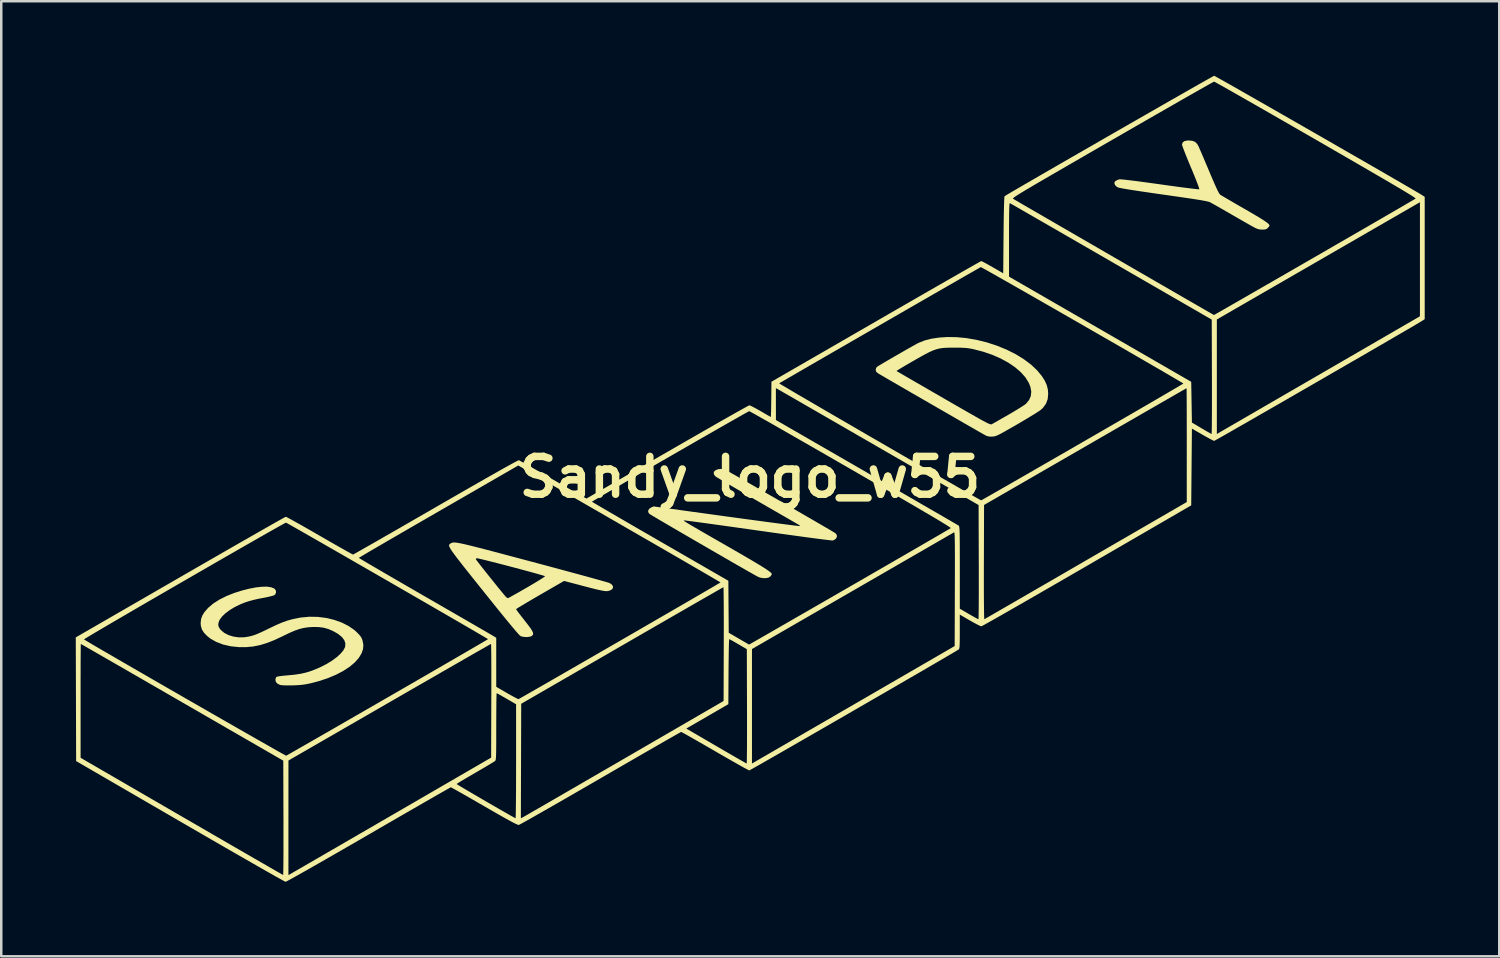
<source format=kicad_pcb>
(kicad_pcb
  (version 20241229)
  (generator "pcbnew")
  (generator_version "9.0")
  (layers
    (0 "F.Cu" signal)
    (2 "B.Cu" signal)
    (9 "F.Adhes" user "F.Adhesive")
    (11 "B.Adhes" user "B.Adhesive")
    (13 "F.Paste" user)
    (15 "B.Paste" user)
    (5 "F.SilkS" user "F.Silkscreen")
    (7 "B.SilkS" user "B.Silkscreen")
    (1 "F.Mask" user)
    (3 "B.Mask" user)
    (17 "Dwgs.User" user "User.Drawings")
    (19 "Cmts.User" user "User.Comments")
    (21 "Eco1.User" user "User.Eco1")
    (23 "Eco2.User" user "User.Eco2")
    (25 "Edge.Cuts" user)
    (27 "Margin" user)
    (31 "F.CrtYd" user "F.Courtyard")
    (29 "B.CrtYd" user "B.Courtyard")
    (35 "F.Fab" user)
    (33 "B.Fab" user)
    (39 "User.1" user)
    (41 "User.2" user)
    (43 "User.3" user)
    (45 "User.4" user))
  (footprint "Sandy_logo_w55"
    (layer "F.Cu")
    (at 27.134 16.154)
    (property "Reference" "Sandy_logo_w55" (at 0 0 0) (layer "F.SilkS") (effects (font (size 1.524 1.524) (thickness 0.3))))
    (attr board_only exclude_from_pos_files exclude_from_bom)
    (fp_poly (pts (xy 17.81 -13.536) (xy 17.92 -13.492) (xy 18.002 -13.411) (xy 18.058 -13.314) (xy 18.084 -13.253) (xy 18.129 -13.15) (xy 18.19 -13.01) (xy 18.262 -12.84) (xy 18.343 -12.648) (xy 18.431 -12.441) (xy 18.494 -12.292) (xy 18.601 -12.038) (xy 18.69 -11.832) (xy 18.763 -11.669) (xy 18.821 -11.545) (xy 18.867 -11.456) (xy 18.903 -11.399) (xy 18.929 -11.368) (xy 18.932 -11.367) (xy 18.971 -11.342) (xy 19.052 -11.293) (xy 19.17 -11.224) (xy 19.318 -11.138) (xy 19.49 -11.037) (xy 19.682 -10.926) (xy 19.886 -10.809) (xy 19.896 -10.803) (xy 20.152 -10.655) (xy 20.364 -10.53) (xy 20.535 -10.428) (xy 20.669 -10.344) (xy 20.77 -10.276) (xy 20.841 -10.222) (xy 20.886 -10.18) (xy 20.909 -10.146) (xy 20.914 -10.124) (xy 20.897 -10.088) (xy 20.853 -10.036) (xy 20.847 -10.029) (xy 20.797 -9.989) (xy 20.737 -9.969) (xy 20.647 -9.962) (xy 20.62 -9.962) (xy 20.524 -9.968) (xy 20.439 -9.987) (xy 20.344 -10.028) (xy 20.268 -10.068) (xy 20.194 -10.109) (xy 20.08 -10.173) (xy 19.936 -10.255) (xy 19.767 -10.352) (xy 19.584 -10.457) (xy 19.393 -10.567) (xy 19.36 -10.586) (xy 19.173 -10.694) (xy 18.997 -10.795) (xy 18.838 -10.886) (xy 18.703 -10.962) (xy 18.599 -11.02) (xy 18.534 -11.056) (xy 18.525 -11.061) (xy 18.491 -11.075) (xy 18.44 -11.09) (xy 18.368 -11.106) (xy 18.271 -11.125) (xy 18.146 -11.148) (xy 17.989 -11.173) (xy 17.796 -11.203) (xy 17.562 -11.238) (xy 17.285 -11.278) (xy 16.961 -11.325) (xy 16.654 -11.368) (xy 16.242 -11.427) (xy 15.881 -11.48) (xy 15.571 -11.526) (xy 15.312 -11.566) (xy 15.105 -11.6) (xy 14.951 -11.628) (xy 14.85 -11.649) (xy 14.805 -11.663) (xy 14.723 -11.723) (xy 14.682 -11.788) (xy 14.669 -11.851) (xy 14.693 -11.895) (xy 14.718 -11.918) (xy 14.792 -11.96) (xy 14.874 -11.986) (xy 14.922 -11.986) (xy 15.021 -11.978) (xy 15.168 -11.962) (xy 15.361 -11.939) (xy 15.596 -11.91) (xy 15.869 -11.873) (xy 16.179 -11.831) (xy 16.516 -11.784) (xy 16.802 -11.744) (xy 17.071 -11.707) (xy 17.32 -11.673) (xy 17.542 -11.644) (xy 17.733 -11.621) (xy 17.888 -11.602) (xy 18.003 -11.59) (xy 18.071 -11.585) (xy 18.09 -11.586) (xy 18.085 -11.615) (xy 18.061 -11.689) (xy 18.019 -11.802) (xy 17.963 -11.947) (xy 17.894 -12.119) (xy 17.816 -12.311) (xy 17.752 -12.462) (xy 17.666 -12.668) (xy 17.588 -12.859) (xy 17.519 -13.031) (xy 17.463 -13.176) (xy 17.421 -13.287) (xy 17.397 -13.359) (xy 17.392 -13.382) (xy 17.416 -13.466) (xy 17.485 -13.522) (xy 17.599 -13.548) (xy 17.663 -13.55)) (stroke (width 0) (type solid)) (fill yes) (layer "F.SilkS"))
    (fp_poly (pts (xy -19.268 4.434) (xy -19.148 4.484) (xy -19.119 4.506) (xy -19.076 4.576) (xy -19.076 4.658) (xy -19.115 4.73) (xy -19.137 4.748) (xy -19.188 4.769) (xy -19.282 4.796) (xy -19.404 4.825) (xy -19.542 4.853) (xy -19.559 4.856) (xy -19.791 4.9) (xy -19.982 4.943) (xy -20.147 4.987) (xy -20.3 5.037) (xy -20.454 5.097) (xy -20.504 5.118) (xy -20.73 5.227) (xy -20.934 5.349) (xy -21.108 5.479) (xy -21.246 5.611) (xy -21.342 5.741) (xy -21.384 5.839) (xy -21.4 5.936) (xy -21.386 6.017) (xy -21.337 6.101) (xy -21.291 6.157) (xy -21.159 6.269) (xy -20.989 6.357) (xy -20.791 6.419) (xy -20.577 6.45) (xy -20.36 6.447) (xy -20.295 6.439) (xy -20.177 6.419) (xy -20.067 6.394) (xy -19.955 6.36) (xy -19.833 6.314) (xy -19.69 6.252) (xy -19.517 6.171) (xy -19.309 6.069) (xy -19.045 5.944) (xy -18.812 5.845) (xy -18.594 5.769) (xy -18.379 5.711) (xy -18.151 5.665) (xy -18.066 5.651) (xy -17.731 5.62) (xy -17.391 5.626) (xy -17.055 5.669) (xy -16.732 5.746) (xy -16.429 5.854) (xy -16.156 5.992) (xy -15.919 6.156) (xy -15.825 6.242) (xy -15.729 6.34) (xy -15.666 6.417) (xy -15.624 6.49) (xy -15.593 6.574) (xy -15.589 6.588) (xy -15.558 6.759) (xy -15.571 6.92) (xy -15.628 7.085) (xy -15.741 7.276) (xy -15.905 7.46) (xy -16.115 7.637) (xy -16.369 7.802) (xy -16.661 7.955) (xy -16.988 8.092) (xy -17.346 8.211) (xy -17.684 8.299) (xy -17.849 8.334) (xy -18 8.357) (xy -18.158 8.372) (xy -18.343 8.381) (xy -18.424 8.383) (xy -18.61 8.385) (xy -18.76 8.381) (xy -18.867 8.373) (xy -18.919 8.362) (xy -19.025 8.308) (xy -19.082 8.24) (xy -19.098 8.156) (xy -19.081 8.072) (xy -19.046 8.037) (xy -19 8.025) (xy -18.911 8.011) (xy -18.791 7.996) (xy -18.652 7.983) (xy -18.62 7.981) (xy -18.33 7.953) (xy -18.079 7.915) (xy -17.851 7.863) (xy -17.63 7.792) (xy -17.399 7.699) (xy -17.259 7.635) (xy -17.023 7.513) (xy -16.809 7.38) (xy -16.623 7.242) (xy -16.473 7.104) (xy -16.362 6.971) (xy -16.298 6.847) (xy -16.292 6.829) (xy -16.283 6.693) (xy -16.327 6.561) (xy -16.426 6.433) (xy -16.577 6.311) (xy -16.761 6.205) (xy -16.96 6.117) (xy -17.155 6.062) (xy -17.364 6.035) (xy -17.604 6.033) (xy -17.626 6.034) (xy -17.803 6.047) (xy -17.969 6.073) (xy -18.135 6.115) (xy -18.312 6.176) (xy -18.511 6.261) (xy -18.742 6.371) (xy -18.795 6.398) (xy -19.13 6.555) (xy -19.435 6.676) (xy -19.722 6.763) (xy -20 6.818) (xy -20.279 6.844) (xy -20.569 6.843) (xy -20.57 6.843) (xy -20.9 6.809) (xy -21.205 6.738) (xy -21.48 6.634) (xy -21.718 6.498) (xy -21.847 6.395) (xy -21.976 6.262) (xy -22.058 6.13) (xy -22.099 5.987) (xy -22.108 5.874) (xy -22.092 5.719) (xy -22.042 5.574) (xy -21.952 5.429) (xy -21.817 5.274) (xy -21.797 5.254) (xy -21.603 5.09) (xy -21.362 4.935) (xy -21.078 4.792) (xy -20.76 4.664) (xy -20.452 4.567) (xy -20.148 4.49) (xy -19.875 4.438) (xy -19.635 4.412) (xy -19.431 4.41)) (stroke (width 0) (type solid)) (fill yes) (layer "F.SilkS"))
    (fp_poly (pts (xy -11.843 2.634) (xy -11.773 2.644) (xy -11.685 2.659) (xy -11.575 2.681) (xy -11.442 2.711) (xy -11.281 2.75) (xy -11.091 2.797) (xy -10.867 2.854) (xy -10.608 2.921) (xy -10.31 3) (xy -9.97 3.089) (xy -9.585 3.192) (xy -9.153 3.307) (xy -8.765 3.41) (xy -8.367 3.516) (xy -7.983 3.619) (xy -7.616 3.718) (xy -7.27 3.812) (xy -6.947 3.899) (xy -6.652 3.98) (xy -6.388 4.052) (xy -6.158 4.116) (xy -5.966 4.17) (xy -5.816 4.212) (xy -5.712 4.243) (xy -5.656 4.261) (xy -5.649 4.264) (xy -5.555 4.327) (xy -5.511 4.398) (xy -5.515 4.468) (xy -5.565 4.529) (xy -5.658 4.573) (xy -5.743 4.589) (xy -5.794 4.59) (xy -5.862 4.583) (xy -5.952 4.568) (xy -6.071 4.543) (xy -6.225 4.507) (xy -6.419 4.458) (xy -6.66 4.395) (xy -6.678 4.39) (xy -7.48 4.179) (xy -8.446 4.737) (xy -8.655 4.858) (xy -8.849 4.972) (xy -9.022 5.074) (xy -9.17 5.162) (xy -9.287 5.233) (xy -9.368 5.284) (xy -9.408 5.312) (xy -9.411 5.316) (xy -9.395 5.343) (xy -9.35 5.407) (xy -9.28 5.5) (xy -9.191 5.615) (xy -9.089 5.745) (xy -9.068 5.772) (xy -8.937 5.939) (xy -8.84 6.069) (xy -8.774 6.17) (xy -8.736 6.246) (xy -8.724 6.303) (xy -8.734 6.346) (xy -8.766 6.382) (xy -8.785 6.397) (xy -8.86 6.425) (xy -8.967 6.438) (xy -9.084 6.434) (xy -9.191 6.413) (xy -9.235 6.396) (xy -9.271 6.365) (xy -9.341 6.29) (xy -9.444 6.172) (xy -9.58 6.01) (xy -9.75 5.805) (xy -9.953 5.556) (xy -10.19 5.264) (xy -10.46 4.928) (xy -10.714 4.611) (xy -10.974 4.287) (xy -11.2 4.003) (xy -11.397 3.756) (xy -11.564 3.544) (xy -11.705 3.364) (xy -11.756 3.298) (xy -11.035 3.298) (xy -11.018 3.324) (xy -10.972 3.387) (xy -10.9 3.48) (xy -10.808 3.598) (xy -10.7 3.735) (xy -10.581 3.885) (xy -10.456 4.041) (xy -10.329 4.199) (xy -10.206 4.352) (xy -10.091 4.494) (xy -9.989 4.619) (xy -9.905 4.721) (xy -9.843 4.794) (xy -9.808 4.833) (xy -9.804 4.836) (xy -9.756 4.865) (xy -9.736 4.871) (xy -9.707 4.858) (xy -9.637 4.82) (xy -9.531 4.761) (xy -9.395 4.685) (xy -9.235 4.594) (xy -9.058 4.492) (xy -8.968 4.441) (xy -8.787 4.334) (xy -8.622 4.236) (xy -8.481 4.15) (xy -8.368 4.078) (xy -8.289 4.026) (xy -8.25 3.995) (xy -8.247 3.988) (xy -8.279 3.975) (xy -8.358 3.951) (xy -8.479 3.916) (xy -8.633 3.872) (xy -8.817 3.821) (xy -9.022 3.766) (xy -9.244 3.706) (xy -9.476 3.644) (xy -9.711 3.582) (xy -9.944 3.521) (xy -10.169 3.463) (xy -10.379 3.41) (xy -10.568 3.362) (xy -10.73 3.322) (xy -10.859 3.292) (xy -10.948 3.272) (xy -10.992 3.265) (xy -10.995 3.265) (xy -11.03 3.288) (xy -11.035 3.298) (xy -11.756 3.298) (xy -11.822 3.213) (xy -11.915 3.087) (xy -11.988 2.985) (xy -12.042 2.904) (xy -12.078 2.84) (xy -12.1 2.792) (xy -12.109 2.755) (xy -12.106 2.728) (xy -12.094 2.707) (xy -12.075 2.69) (xy -12.053 2.675) (xy -12.028 2.66) (xy -12.004 2.648) (xy -11.976 2.638) (xy -11.942 2.633) (xy -11.899 2.631)) (stroke (width 0) (type solid)) (fill yes) (layer "F.SilkS"))
    (fp_poly (pts (xy -1.045 -0.315) (xy -0.999 -0.301) (xy -0.965 -0.283) (xy -0.887 -0.24) (xy -0.77 -0.174) (xy -0.618 -0.088) (xy -0.434 0.016) (xy -0.224 0.136) (xy 0.009 0.269) (xy 0.26 0.413) (xy 0.526 0.566) (xy 0.802 0.725) (xy 1.085 0.887) (xy 1.369 1.051) (xy 1.651 1.214) (xy 1.927 1.373) (xy 2.193 1.527) (xy 2.443 1.672) (xy 2.676 1.807) (xy 2.885 1.929) (xy 3.067 2.035) (xy 3.218 2.123) (xy 3.334 2.192) (xy 3.41 2.238) (xy 3.442 2.258) (xy 3.496 2.325) (xy 3.502 2.401) (xy 3.466 2.473) (xy 3.392 2.529) (xy 3.333 2.551) (xy 3.297 2.549) (xy 3.21 2.54) (xy 3.077 2.524) (xy 2.899 2.502) (xy 2.682 2.474) (xy 2.428 2.441) (xy 2.141 2.402) (xy 1.825 2.359) (xy 1.483 2.312) (xy 1.119 2.262) (xy 0.737 2.208) (xy 0.34 2.152) (xy 0.31 2.148) (xy -0.086 2.092) (xy -0.468 2.038) (xy -0.83 1.987) (xy -1.17 1.94) (xy -1.484 1.896) (xy -1.768 1.857) (xy -2.019 1.823) (xy -2.234 1.794) (xy -2.409 1.771) (xy -2.54 1.754) (xy -2.624 1.744) (xy -2.658 1.741) (xy -2.658 1.741) (xy -2.661 1.746) (xy -2.659 1.752) (xy -2.649 1.763) (xy -2.628 1.779) (xy -2.592 1.803) (xy -2.539 1.837) (xy -2.465 1.881) (xy -2.367 1.94) (xy -2.241 2.013) (xy -2.086 2.103) (xy -1.896 2.213) (xy -1.671 2.343) (xy -1.405 2.496) (xy -1.096 2.673) (xy -0.936 2.765) (xy -0.589 2.965) (xy -0.287 3.139) (xy -0.028 3.291) (xy 0.192 3.42) (xy 0.375 3.531) (xy 0.525 3.623) (xy 0.644 3.699) (xy 0.736 3.761) (xy 0.802 3.81) (xy 0.846 3.849) (xy 0.872 3.879) (xy 0.88 3.903) (xy 0.881 3.905) (xy 0.865 3.942) (xy 0.83 3.992) (xy 0.758 4.042) (xy 0.652 4.067) (xy 0.527 4.067) (xy 0.4 4.042) (xy 0.326 4.012) (xy 0.274 3.984) (xy 0.18 3.932) (xy 0.049 3.858) (xy -0.116 3.765) (xy -0.309 3.654) (xy -0.528 3.529) (xy -0.768 3.391) (xy -1.024 3.243) (xy -1.292 3.088) (xy -1.569 2.928) (xy -1.851 2.765) (xy -2.132 2.602) (xy -2.409 2.441) (xy -2.679 2.284) (xy -2.935 2.135) (xy -3.176 1.995) (xy -3.395 1.866) (xy -3.59 1.752) (xy -3.756 1.654) (xy -3.889 1.575) (xy -3.984 1.518) (xy -4.038 1.484) (xy -4.049 1.477) (xy -4.095 1.405) (xy -4.09 1.33) (xy -4.036 1.262) (xy -3.984 1.229) (xy -3.881 1.179) (xy -0.948 1.583) (xy -0.552 1.637) (xy -0.172 1.689) (xy 0.189 1.737) (xy 0.527 1.783) (xy 0.84 1.825) (xy 1.123 1.862) (xy 1.373 1.895) (xy 1.586 1.922) (xy 1.759 1.944) (xy 1.888 1.959) (xy 1.97 1.968) (xy 2.002 1.97) (xy 2.002 1.97) (xy 2.008 1.945) (xy 2.007 1.944) (xy 1.981 1.929) (xy 1.912 1.888) (xy 1.803 1.825) (xy 1.658 1.741) (xy 1.481 1.639) (xy 1.275 1.52) (xy 1.044 1.387) (xy 0.793 1.243) (xy 0.525 1.088) (xy 0.33 0.976) (xy 0.051 0.815) (xy -0.215 0.661) (xy -0.465 0.516) (xy -0.693 0.383) (xy -0.896 0.264) (xy -1.071 0.162) (xy -1.212 0.078) (xy -1.316 0.015) (xy -1.379 -0.025) (xy -1.397 -0.037) (xy -1.444 -0.106) (xy -1.459 -0.167) (xy -1.434 -0.234) (xy -1.367 -0.285) (xy -1.272 -0.319) (xy -1.161 -0.33)) (stroke (width 0) (type solid)) (fill yes) (layer "F.SilkS"))
    (fp_poly (pts (xy 8.311 -5.633) (xy 8.677 -5.6) (xy 8.688 -5.599) (xy 9.118 -5.526) (xy 9.539 -5.422) (xy 9.946 -5.289) (xy 10.332 -5.131) (xy 10.692 -4.951) (xy 11.02 -4.75) (xy 11.311 -4.533) (xy 11.558 -4.301) (xy 11.753 -4.065) (xy 11.873 -3.874) (xy 11.951 -3.697) (xy 11.994 -3.52) (xy 12.006 -3.354) (xy 11.986 -3.142) (xy 11.919 -2.958) (xy 11.803 -2.796) (xy 11.723 -2.719) (xy 11.668 -2.678) (xy 11.571 -2.614) (xy 11.44 -2.531) (xy 11.281 -2.434) (xy 11.101 -2.325) (xy 10.906 -2.21) (xy 10.756 -2.122) (xy 10.533 -1.994) (xy 10.352 -1.891) (xy 10.208 -1.809) (xy 10.094 -1.747) (xy 10.006 -1.702) (xy 9.937 -1.671) (xy 9.882 -1.651) (xy 9.835 -1.64) (xy 9.791 -1.634) (xy 9.755 -1.631) (xy 9.637 -1.632) (xy 9.546 -1.652) (xy 9.48 -1.682) (xy 9.432 -1.709) (xy 9.34 -1.761) (xy 9.211 -1.835) (xy 9.048 -1.928) (xy 8.855 -2.039) (xy 8.637 -2.164) (xy 8.398 -2.302) (xy 8.142 -2.45) (xy 7.873 -2.605) (xy 7.596 -2.764) (xy 7.315 -2.927) (xy 7.034 -3.089) (xy 6.757 -3.249) (xy 6.489 -3.403) (xy 6.234 -3.551) (xy 5.996 -3.689) (xy 5.78 -3.814) (xy 5.59 -3.924) (xy 5.429 -4.018) (xy 5.303 -4.092) (xy 5.215 -4.143) (xy 5.17 -4.17) (xy 5.167 -4.172) (xy 5.096 -4.227) (xy 5.073 -4.272) (xy 5.901 -4.272) (xy 5.926 -4.256) (xy 5.995 -4.216) (xy 6.105 -4.152) (xy 6.251 -4.067) (xy 6.43 -3.963) (xy 6.64 -3.842) (xy 6.874 -3.706) (xy 7.132 -3.557) (xy 7.408 -3.398) (xy 7.699 -3.23) (xy 7.789 -3.177) (xy 8.133 -2.979) (xy 8.432 -2.807) (xy 8.69 -2.659) (xy 8.91 -2.533) (xy 9.095 -2.428) (xy 9.249 -2.341) (xy 9.374 -2.272) (xy 9.474 -2.219) (xy 9.552 -2.179) (xy 9.612 -2.151) (xy 9.656 -2.134) (xy 9.688 -2.125) (xy 9.711 -2.123) (xy 9.728 -2.126) (xy 9.739 -2.131) (xy 9.782 -2.155) (xy 9.866 -2.202) (xy 9.982 -2.268) (xy 10.124 -2.35) (xy 10.284 -2.441) (xy 10.416 -2.517) (xy 10.587 -2.617) (xy 10.747 -2.713) (xy 10.888 -2.8) (xy 11.002 -2.873) (xy 11.081 -2.928) (xy 11.113 -2.953) (xy 11.237 -3.103) (xy 11.307 -3.266) (xy 11.325 -3.442) (xy 11.29 -3.634) (xy 11.222 -3.801) (xy 11.087 -4.018) (xy 10.901 -4.226) (xy 10.67 -4.424) (xy 10.399 -4.608) (xy 10.092 -4.775) (xy 9.754 -4.923) (xy 9.389 -5.048) (xy 9.003 -5.148) (xy 8.989 -5.151) (xy 8.869 -5.175) (xy 8.754 -5.192) (xy 8.63 -5.202) (xy 8.485 -5.209) (xy 8.303 -5.211) (xy 8.214 -5.211) (xy 8.032 -5.21) (xy 7.876 -5.205) (xy 7.74 -5.194) (xy 7.614 -5.173) (xy 7.492 -5.141) (xy 7.364 -5.095) (xy 7.223 -5.032) (xy 7.062 -4.949) (xy 6.871 -4.844) (xy 6.642 -4.714) (xy 6.578 -4.677) (xy 6.403 -4.576) (xy 6.245 -4.484) (xy 6.11 -4.404) (xy 6.004 -4.34) (xy 5.933 -4.295) (xy 5.902 -4.273) (xy 5.901 -4.272) (xy 5.073 -4.272) (xy 5.067 -4.283) (xy 5.063 -4.317) (xy 5.08 -4.389) (xy 5.112 -4.435) (xy 5.147 -4.459) (xy 5.224 -4.506) (xy 5.334 -4.572) (xy 5.472 -4.653) (xy 5.629 -4.745) (xy 5.8 -4.844) (xy 5.977 -4.946) (xy 6.154 -5.048) (xy 6.322 -5.144) (xy 6.477 -5.232) (xy 6.609 -5.306) (xy 6.714 -5.364) (xy 6.782 -5.4) (xy 6.783 -5.401) (xy 7.022 -5.497) (xy 7.302 -5.57) (xy 7.616 -5.617) (xy 7.955 -5.639)) (stroke (width 0) (type solid)) (fill yes) (layer "F.SilkS"))
    (fp_poly (pts (xy 18.715 -16.14) (xy 18.787 -16.101) (xy 18.901 -16.037) (xy 19.054 -15.952) (xy 19.242 -15.845) (xy 19.464 -15.72) (xy 19.715 -15.577) (xy 19.993 -15.418) (xy 20.295 -15.246) (xy 20.618 -15.061) (xy 20.96 -14.866) (xy 21.316 -14.662) (xy 21.685 -14.451) (xy 22.063 -14.234) (xy 22.447 -14.014) (xy 22.834 -13.792) (xy 23.222 -13.569) (xy 23.607 -13.347) (xy 23.986 -13.129) (xy 24.357 -12.916) (xy 24.717 -12.709) (xy 25.062 -12.51) (xy 25.39 -12.321) (xy 25.697 -12.143) (xy 25.981 -11.979) (xy 26.239 -11.829) (xy 26.467 -11.697) (xy 26.663 -11.582) (xy 26.824 -11.488) (xy 26.947 -11.416) (xy 27.029 -11.366) (xy 27.058 -11.348) (xy 27.161 -11.282) (xy 27.161 -6.358) (xy 27.058 -6.29) (xy 27.008 -6.26) (xy 26.915 -6.204) (xy 26.782 -6.125) (xy 26.611 -6.025) (xy 26.406 -5.905) (xy 26.17 -5.768) (xy 25.905 -5.614) (xy 25.615 -5.445) (xy 25.303 -5.264) (xy 24.97 -5.071) (xy 24.622 -4.869) (xy 24.259 -4.66) (xy 23.886 -4.444) (xy 23.505 -4.224) (xy 23.12 -4.001) (xy 22.732 -3.777) (xy 22.346 -3.554) (xy 21.963 -3.334) (xy 21.588 -3.117) (xy 21.223 -2.907) (xy 20.87 -2.704) (xy 20.533 -2.511) (xy 20.216 -2.328) (xy 19.92 -2.158) (xy 19.648 -2.003) (xy 19.404 -1.863) (xy 19.191 -1.741) (xy 19.012 -1.639) (xy 18.869 -1.558) (xy 18.765 -1.5) (xy 18.704 -1.467) (xy 18.687 -1.459) (xy 18.65 -1.472) (xy 18.575 -1.509) (xy 18.469 -1.566) (xy 18.341 -1.636) (xy 18.218 -1.706) (xy 17.791 -1.953) (xy 17.777 -0.408) (xy 17.763 1.138) (xy 13.567 3.571) (xy 13.123 3.828) (xy 12.691 4.078) (xy 12.275 4.319) (xy 11.875 4.549) (xy 11.496 4.768) (xy 11.138 4.974) (xy 10.805 5.165) (xy 10.499 5.34) (xy 10.223 5.498) (xy 9.979 5.637) (xy 9.769 5.756) (xy 9.596 5.853) (xy 9.462 5.928) (xy 9.37 5.978) (xy 9.322 6.003) (xy 9.315 6.005) (xy 9.274 5.992) (xy 9.195 5.955) (xy 9.086 5.899) (xy 8.958 5.829) (xy 8.854 5.77) (xy 8.448 5.534) (xy 8.448 6.217) (xy 8.448 6.435) (xy 8.446 6.603) (xy 8.443 6.729) (xy 8.438 6.819) (xy 8.431 6.879) (xy 8.421 6.915) (xy 8.408 6.934) (xy 8.407 6.934) (xy 8.376 6.955) (xy 8.299 7.001) (xy 8.182 7.071) (xy 8.026 7.162) (xy 7.834 7.275) (xy 7.61 7.406) (xy 7.356 7.554) (xy 7.076 7.717) (xy 6.772 7.894) (xy 6.446 8.082) (xy 6.103 8.281) (xy 5.746 8.489) (xy 5.376 8.703) (xy 4.997 8.922) (xy 4.611 9.145) (xy 4.223 9.369) (xy 3.835 9.594) (xy 3.449 9.816) (xy 3.069 10.036) (xy 2.697 10.25) (xy 2.337 10.457) (xy 1.991 10.656) (xy 1.663 10.845) (xy 1.355 11.022) (xy 1.071 11.185) (xy 0.812 11.333) (xy 0.583 11.464) (xy 0.386 11.576) (xy 0.224 11.668) (xy 0.1 11.738) (xy 0.017 11.784) (xy -0.022 11.805) (xy -0.025 11.806) (xy -0.056 11.792) (xy -0.131 11.753) (xy -0.244 11.692) (xy -0.391 11.61) (xy -0.536 11.528) (xy 0.083 11.528) (xy 0.543 11.261) (xy 0.621 11.217) (xy 0.742 11.146) (xy 0.906 11.052) (xy 1.107 10.935) (xy 1.345 10.797) (xy 1.614 10.641) (xy 1.913 10.468) (xy 2.238 10.279) (xy 2.587 10.077) (xy 2.956 9.864) (xy 3.342 9.64) (xy 3.742 9.408) (xy 4.153 9.17) (xy 4.572 8.927) (xy 4.623 8.897) (xy 8.242 6.8) (xy 8.249 4.499) (xy 8.25 4.082) (xy 8.251 3.718) (xy 8.251 3.401) (xy 8.251 3.131) (xy 8.25 2.902) (xy 8.249 2.713) (xy 8.247 2.56) (xy 8.244 2.44) (xy 8.241 2.349) (xy 8.236 2.285) (xy 8.231 2.245) (xy 8.226 2.224) (xy 8.219 2.221) (xy 8.219 2.221) (xy 8.191 2.237) (xy 8.119 2.279) (xy 8.003 2.345) (xy 7.848 2.435) (xy 7.654 2.547) (xy 7.426 2.679) (xy 7.164 2.83) (xy 6.873 2.999) (xy 6.553 3.183) (xy 6.208 3.382) (xy 5.84 3.595) (xy 5.452 3.819) (xy 5.046 4.054) (xy 4.624 4.297) (xy 4.19 4.548) (xy 4.132 4.581) (xy 0.083 6.92) (xy 0.083 11.528) (xy -0.536 11.528) (xy -0.568 11.51) (xy -0.771 11.395) (xy -0.994 11.267) (xy -1.234 11.129) (xy -1.403 11.031) (xy -1.651 10.887) (xy -1.885 10.752) (xy -2.101 10.629) (xy -2.294 10.518) (xy -2.46 10.424) (xy -2.594 10.348) (xy -2.693 10.294) (xy -2.751 10.263) (xy -2.766 10.256) (xy -2.792 10.27) (xy -2.864 10.309) (xy -2.977 10.373) (xy -3.13 10.46) (xy -3.32 10.568) (xy -3.543 10.696) (xy -3.797 10.842) (xy -4.079 11.005) (xy -4.387 11.182) (xy -4.717 11.373) (xy -5.067 11.575) (xy -5.435 11.788) (xy -5.816 12.009) (xy -6.013 12.123) (xy -6.402 12.348) (xy -6.778 12.566) (xy -7.139 12.774) (xy -7.482 12.972) (xy -7.804 13.157) (xy -8.103 13.328) (xy -8.375 13.483) (xy -8.617 13.621) (xy -8.828 13.741) (xy -9.004 13.839) (xy -9.142 13.916) (xy -9.239 13.969) (xy -9.293 13.997) (xy -9.303 14.001) (xy -9.331 13.996) (xy -9.383 13.976) (xy -9.461 13.939) (xy -9.569 13.884) (xy -9.709 13.808) (xy -9.843 13.733) (xy -9.219 13.733) (xy -9.116 13.679) (xy -9.081 13.659) (xy -9.001 13.613) (xy -8.879 13.543) (xy -8.717 13.449) (xy -8.517 13.334) (xy -8.282 13.199) (xy -8.016 13.044) (xy -7.719 12.873) (xy -7.395 12.685) (xy -7.047 12.484) (xy -6.677 12.269) (xy -6.287 12.043) (xy -5.88 11.807) (xy -5.458 11.563) (xy -5.036 11.318) (xy -2.972 10.121) (xy -2.56 10.121) (xy -1.356 10.823) (xy -1.121 10.96) (xy -0.9 11.088) (xy -0.698 11.205) (xy -0.52 11.308) (xy -0.37 11.394) (xy -0.252 11.461) (xy -0.172 11.506) (xy -0.133 11.527) (xy -0.131 11.528) (xy -0.127 11.501) (xy -0.125 11.424) (xy -0.122 11.299) (xy -0.12 11.132) (xy -0.118 10.926) (xy -0.117 10.684) (xy -0.116 10.412) (xy -0.116 10.113) (xy -0.116 9.791) (xy -0.116 9.45) (xy -0.117 9.228) (xy -0.124 6.925) (xy -0.468 6.724) (xy -0.591 6.653) (xy -0.698 6.592) (xy -0.779 6.548) (xy -0.825 6.525) (xy -0.832 6.523) (xy -0.836 6.549) (xy -0.841 6.625) (xy -0.845 6.746) (xy -0.849 6.905) (xy -0.852 7.099) (xy -0.855 7.32) (xy -0.858 7.565) (xy -0.86 7.827) (xy -0.86 7.831) (xy -0.867 9.14) (xy -1.714 9.631) (xy -2.56 10.121) (xy -2.972 10.121) (xy -1.059 9.011) (xy -1.052 6.721) (xy -1.052 6.371) (xy -1.051 6.038) (xy -1.051 5.725) (xy -1.052 5.436) (xy -1.053 5.176) (xy -1.055 4.948) (xy -1.057 4.757) (xy -1.059 4.606) (xy -1.061 4.499) (xy -1.064 4.442) (xy -1.066 4.432) (xy -1.092 4.446) (xy -1.163 4.485) (xy -1.276 4.55) (xy -1.43 4.638) (xy -1.622 4.748) (xy -1.849 4.878) (xy -2.109 5.027) (xy -2.399 5.194) (xy -2.717 5.377) (xy -3.061 5.575) (xy -3.428 5.787) (xy -3.815 6.01) (xy -4.221 6.244) (xy -4.642 6.487) (xy -5.076 6.738) (xy -5.146 6.778) (xy -9.205 9.123) (xy -9.212 11.428) (xy -9.219 13.733) (xy -9.843 13.733) (xy -9.885 13.71) (xy -10.098 13.589) (xy -10.353 13.443) (xy -10.652 13.271) (xy -10.691 13.248) (xy -10.937 13.106) (xy -11.17 12.972) (xy -11.384 12.849) (xy -11.575 12.74) (xy -11.74 12.647) (xy -11.872 12.573) (xy -11.969 12.52) (xy -12.025 12.49) (xy -12.038 12.485) (xy -12.065 12.499) (xy -12.136 12.539) (xy -12.25 12.603) (xy -12.403 12.69) (xy -12.593 12.798) (xy -12.817 12.927) (xy -13.072 13.073) (xy -13.355 13.236) (xy -13.663 13.414) (xy -13.995 13.605) (xy -14.347 13.809) (xy -14.716 14.022) (xy -15.1 14.245) (xy -15.348 14.389) (xy -15.78 14.639) (xy -16.192 14.877) (xy -16.579 15.1) (xy -16.942 15.308) (xy -17.276 15.5) (xy -17.581 15.674) (xy -17.853 15.829) (xy -18.091 15.963) (xy -18.293 16.076) (xy -18.456 16.167) (xy -18.578 16.233) (xy -18.657 16.274) (xy -18.691 16.288) (xy -18.691 16.288) (xy -18.722 16.274) (xy -18.797 16.234) (xy -18.915 16.169) (xy -19.073 16.081) (xy -19.184 16.017) (xy -18.575 16.017) (xy -18.5 15.977) (xy -18.468 15.958) (xy -18.391 15.914) (xy -18.272 15.845) (xy -18.112 15.753) (xy -17.916 15.639) (xy -17.684 15.505) (xy -17.419 15.352) (xy -17.125 15.181) (xy -16.803 14.995) (xy -16.456 14.794) (xy -16.087 14.58) (xy -15.698 14.354) (xy -15.291 14.119) (xy -14.87 13.874) (xy -14.437 13.623) (xy -14.42 13.613) (xy -12.247 12.353) (xy -11.804 12.353) (xy -11.781 12.369) (xy -11.716 12.41) (xy -11.614 12.471) (xy -11.481 12.55) (xy -11.322 12.644) (xy -11.143 12.749) (xy -10.949 12.862) (xy -10.747 12.98) (xy -10.541 13.1) (xy -10.337 13.218) (xy -10.141 13.331) (xy -9.958 13.436) (xy -9.794 13.53) (xy -9.653 13.61) (xy -9.543 13.672) (xy -9.468 13.713) (xy -9.433 13.73) (xy -9.432 13.73) (xy -9.429 13.704) (xy -9.426 13.626) (xy -9.423 13.502) (xy -9.421 13.334) (xy -9.418 13.128) (xy -9.416 12.886) (xy -9.414 12.614) (xy -9.413 12.315) (xy -9.412 11.993) (xy -9.412 11.653) (xy -9.411 11.437) (xy -9.411 9.142) (xy -9.795 8.919) (xy -9.926 8.844) (xy -10.039 8.779) (xy -10.127 8.73) (xy -10.181 8.702) (xy -10.194 8.696) (xy -10.197 8.723) (xy -10.2 8.799) (xy -10.203 8.92) (xy -10.205 9.08) (xy -10.207 9.274) (xy -10.208 9.497) (xy -10.209 9.743) (xy -10.21 10.007) (xy -10.21 10.04) (xy -10.21 10.348) (xy -10.21 10.606) (xy -10.211 10.817) (xy -10.213 10.988) (xy -10.215 11.122) (xy -10.218 11.225) (xy -10.223 11.301) (xy -10.229 11.354) (xy -10.236 11.389) (xy -10.245 11.411) (xy -10.256 11.425) (xy -10.258 11.427) (xy -10.293 11.451) (xy -10.369 11.498) (xy -10.481 11.566) (xy -10.623 11.65) (xy -10.787 11.746) (xy -10.968 11.852) (xy -11.056 11.903) (xy -11.239 12.01) (xy -11.407 12.108) (xy -11.552 12.194) (xy -11.67 12.265) (xy -11.754 12.317) (xy -11.798 12.347) (xy -11.804 12.353) (xy -12.247 12.353) (xy -10.416 11.291) (xy -10.409 9.003) (xy -10.408 8.653) (xy -10.408 8.32) (xy -10.408 8.007) (xy -10.408 7.718) (xy -10.409 7.458) (xy -10.41 7.23) (xy -10.412 7.039) (xy -10.414 6.888) (xy -10.416 6.782) (xy -10.419 6.724) (xy -10.421 6.715) (xy -10.446 6.728) (xy -10.517 6.768) (xy -10.63 6.832) (xy -10.784 6.92) (xy -10.975 7.029) (xy -11.202 7.159) (xy -11.462 7.308) (xy -11.752 7.475) (xy -12.071 7.658) (xy -12.414 7.855) (xy -12.781 8.067) (xy -13.169 8.29) (xy -13.575 8.523) (xy -13.996 8.766) (xy -14.431 9.017) (xy -14.507 9.061) (xy -18.574 11.407) (xy -18.575 16.017) (xy -19.184 16.017) (xy -19.269 15.97) (xy -19.5 15.838) (xy -19.764 15.688) (xy -20.058 15.519) (xy -20.381 15.334) (xy -20.729 15.134) (xy -21.1 14.921) (xy -21.491 14.695) (xy -21.901 14.458) (xy -22.327 14.211) (xy -22.766 13.957) (xy -22.937 13.858) (xy -27.12 11.43) (xy -27.127 8.94) (xy -27.127 8.794) (xy -26.94 8.794) (xy -26.94 9.006) (xy -26.94 11.297) (xy -22.875 13.654) (xy -22.438 13.907) (xy -22.015 14.152) (xy -21.606 14.389) (xy -21.216 14.615) (xy -20.845 14.83) (xy -20.497 15.031) (xy -20.174 15.217) (xy -19.879 15.388) (xy -19.614 15.541) (xy -19.381 15.675) (xy -19.183 15.789) (xy -19.023 15.881) (xy -18.902 15.95) (xy -18.823 15.995) (xy -18.79 16.013) (xy -18.788 16.014) (xy -18.785 15.987) (xy -18.783 15.91) (xy -18.78 15.785) (xy -18.778 15.618) (xy -18.776 15.411) (xy -18.775 15.17) (xy -18.774 14.898) (xy -18.774 14.599) (xy -18.774 14.277) (xy -18.774 13.936) (xy -18.775 13.714) (xy -18.782 11.413) (xy -22.851 9.064) (xy -23.288 8.812) (xy -23.711 8.567) (xy -24.12 8.332) (xy -24.51 8.106) (xy -24.881 7.893) (xy -25.228 7.692) (xy -25.551 7.507) (xy -25.846 7.337) (xy -26.11 7.185) (xy -26.342 7.051) (xy -26.54 6.938) (xy -26.699 6.846) (xy -26.819 6.778) (xy -26.897 6.733) (xy -26.93 6.715) (xy -26.931 6.715) (xy -26.932 6.741) (xy -26.934 6.819) (xy -26.935 6.944) (xy -26.936 7.112) (xy -26.938 7.318) (xy -26.939 7.56) (xy -26.939 7.832) (xy -26.94 8.131) (xy -26.94 8.453) (xy -26.94 8.794) (xy -27.127 8.794) (xy -27.134 6.532) (xy -26.803 6.532) (xy -26.774 6.551) (xy -26.701 6.595) (xy -26.587 6.663) (xy -26.434 6.754) (xy -26.245 6.864) (xy -26.024 6.993) (xy -25.773 7.138) (xy -25.496 7.299) (xy -25.196 7.473) (xy -24.874 7.659) (xy -24.535 7.855) (xy -24.182 8.059) (xy -23.817 8.27) (xy -23.444 8.485) (xy -23.064 8.703) (xy -22.683 8.923) (xy -22.301 9.142) (xy -21.923 9.359) (xy -21.552 9.572) (xy -21.19 9.78) (xy -20.84 9.98) (xy -20.505 10.172) (xy -20.189 10.352) (xy -19.895 10.521) (xy -19.624 10.675) (xy -19.381 10.813) (xy -19.168 10.934) (xy -18.989 11.035) (xy -18.846 11.115) (xy -18.742 11.172) (xy -18.681 11.205) (xy -18.664 11.213) (xy -18.637 11.198) (xy -18.564 11.157) (xy -18.449 11.092) (xy -18.294 11.003) (xy -18.1 10.892) (xy -17.872 10.761) (xy -17.611 10.611) (xy -17.319 10.444) (xy -17 10.26) (xy -16.655 10.062) (xy -16.287 9.85) (xy -15.899 9.626) (xy -15.494 9.393) (xy -15.072 9.15) (xy -14.638 8.899) (xy -14.585 8.869) (xy -14.149 8.617) (xy -13.727 8.374) (xy -13.321 8.139) (xy -12.932 7.914) (xy -12.563 7.701) (xy -12.218 7.501) (xy -11.898 7.315) (xy -11.605 7.145) (xy -11.343 6.993) (xy -11.113 6.859) (xy -10.919 6.746) (xy -10.762 6.654) (xy -10.645 6.585) (xy -10.571 6.541) (xy -10.541 6.522) (xy -10.541 6.522) (xy -10.564 6.507) (xy -10.632 6.466) (xy -10.742 6.401) (xy -10.89 6.314) (xy -11.075 6.206) (xy -11.292 6.079) (xy -11.539 5.936) (xy -11.813 5.777) (xy -12.111 5.604) (xy -12.429 5.42) (xy -12.766 5.225) (xy -13.117 5.022) (xy -13.48 4.812) (xy -13.852 4.597) (xy -14.23 4.379) (xy -14.612 4.159) (xy -14.992 3.94) (xy -15.37 3.722) (xy -15.742 3.508) (xy -16.105 3.299) (xy -16.189 3.251) (xy -15.74 3.251) (xy -15.717 3.267) (xy -15.649 3.308) (xy -15.54 3.373) (xy -15.391 3.461) (xy -15.207 3.569) (xy -14.991 3.695) (xy -14.745 3.839) (xy -14.472 3.997) (xy -14.176 4.169) (xy -13.859 4.353) (xy -13.525 4.546) (xy -13.177 4.747) (xy -13.078 4.804) (xy -12.724 5.008) (xy -12.382 5.206) (xy -12.054 5.395) (xy -11.746 5.573) (xy -11.458 5.739) (xy -11.196 5.891) (xy -10.961 6.027) (xy -10.757 6.145) (xy -10.588 6.243) (xy -10.456 6.32) (xy -10.365 6.373) (xy -10.317 6.401) (xy -10.313 6.404) (xy -10.21 6.468) (xy -10.21 8.44) (xy -9.776 8.692) (xy -9.636 8.772) (xy -9.512 8.84) (xy -9.411 8.893) (xy -9.342 8.927) (xy -9.313 8.936) (xy -9.287 8.922) (xy -9.215 8.882) (xy -9.1 8.817) (xy -8.946 8.728) (xy -8.753 8.618) (xy -8.525 8.488) (xy -8.265 8.338) (xy -7.974 8.171) (xy -7.655 7.987) (xy -7.31 7.789) (xy -6.943 7.577) (xy -6.555 7.354) (xy -6.15 7.12) (xy -5.728 6.877) (xy -5.294 6.626) (xy -5.234 6.592) (xy -4.798 6.34) (xy -4.376 6.096) (xy -3.969 5.86) (xy -3.58 5.635) (xy -3.211 5.422) (xy -2.865 5.221) (xy -2.545 5.035) (xy -2.252 4.865) (xy -1.989 4.712) (xy -1.759 4.578) (xy -1.564 4.464) (xy -1.407 4.372) (xy -1.29 4.303) (xy -1.215 4.258) (xy -1.185 4.239) (xy -1.184 4.239) (xy -1.208 4.224) (xy -1.277 4.182) (xy -1.388 4.117) (xy -1.54 4.028) (xy -1.73 3.917) (xy -1.955 3.786) (xy -2.214 3.636) (xy -2.503 3.468) (xy -2.82 3.284) (xy -3.163 3.086) (xy -3.529 2.874) (xy -3.915 2.651) (xy -4.321 2.417) (xy -4.742 2.174) (xy -5.176 1.923) (xy -5.254 1.878) (xy -6.793 0.991) (xy -6.357 0.991) (xy -6.333 1.006) (xy -6.265 1.047) (xy -6.155 1.112) (xy -6.007 1.199) (xy -5.822 1.307) (xy -5.605 1.434) (xy -5.358 1.577) (xy -5.084 1.736) (xy -4.787 1.909) (xy -4.468 2.094) (xy -4.131 2.288) (xy -3.78 2.491) (xy -3.612 2.588) (xy -0.867 4.172) (xy -0.86 5.218) (xy -0.852 6.265) (xy -0.447 6.501) (xy -0.313 6.579) (xy -0.197 6.646) (xy -0.107 6.698) (xy -0.05 6.731) (xy -0.033 6.74) (xy -0.009 6.727) (xy 0.061 6.687) (xy 0.173 6.623) (xy 0.325 6.536) (xy 0.516 6.427) (xy 0.741 6.297) (xy 1 6.148) (xy 1.289 5.982) (xy 1.606 5.8) (xy 1.949 5.602) (xy 2.315 5.392) (xy 2.701 5.169) (xy 3.106 4.936) (xy 3.526 4.694) (xy 3.96 4.444) (xy 4.012 4.413) (xy 4.448 4.162) (xy 4.87 3.918) (xy 5.278 3.683) (xy 5.668 3.457) (xy 6.038 3.243) (xy 6.385 3.042) (xy 6.707 2.856) (xy 7.002 2.685) (xy 7.266 2.531) (xy 7.498 2.397) (xy 7.695 2.282) (xy 7.854 2.189) (xy 7.974 2.119) (xy 8.051 2.073) (xy 8.083 2.053) (xy 8.083 2.053) (xy 8.078 2.043) (xy 8.049 2.02) (xy 7.997 1.985) (xy 7.92 1.935) (xy 7.815 1.87) (xy 7.682 1.788) (xy 7.518 1.69) (xy 7.322 1.574) (xy 7.092 1.439) (xy 6.827 1.283) (xy 6.525 1.107) (xy 6.185 0.909) (xy 5.804 0.688) (xy 5.381 0.443) (xy 4.915 0.174) (xy 4.404 -0.122) (xy 4.066 -0.317) (xy 3.629 -0.569) (xy 3.206 -0.813) (xy 2.797 -1.048) (xy 2.406 -1.273) (xy 2.035 -1.485) (xy 1.687 -1.685) (xy 1.364 -1.87) (xy 1.068 -2.039) (xy 0.802 -2.191) (xy 0.568 -2.323) (xy 0.369 -2.436) (xy 0.208 -2.526) (xy 0.087 -2.594) (xy 0.008 -2.637) (xy -0.026 -2.654) (xy -0.028 -2.654) (xy -0.055 -2.641) (xy -0.127 -2.601) (xy -0.24 -2.539) (xy -0.39 -2.454) (xy -0.573 -2.35) (xy -0.787 -2.228) (xy -1.029 -2.091) (xy -1.294 -1.939) (xy -1.579 -1.776) (xy -1.881 -1.603) (xy -2.197 -1.422) (xy -2.523 -1.234) (xy -2.856 -1.043) (xy -3.192 -0.849) (xy -3.528 -0.656) (xy -3.861 -0.464) (xy -4.187 -0.276) (xy -4.503 -0.093) (xy -4.805 0.082) (xy -5.091 0.247) (xy -5.356 0.401) (xy -5.597 0.541) (xy -5.811 0.666) (xy -5.995 0.773) (xy -6.144 0.861) (xy -6.257 0.928) (xy -6.329 0.972) (xy -6.357 0.99) (xy -6.357 0.991) (xy -6.793 0.991) (xy -9.323 -0.468) (xy -12.532 1.383) (xy -12.919 1.606) (xy -13.292 1.822) (xy -13.65 2.029) (xy -13.989 2.225) (xy -14.306 2.409) (xy -14.599 2.579) (xy -14.865 2.734) (xy -15.1 2.871) (xy -15.304 2.99) (xy -15.471 3.089) (xy -15.601 3.165) (xy -15.69 3.219) (xy -15.735 3.247) (xy -15.74 3.251) (xy -16.189 3.251) (xy -16.456 3.097) (xy -16.792 2.904) (xy -17.11 2.722) (xy -17.408 2.551) (xy -17.681 2.395) (xy -17.927 2.254) (xy -18.143 2.13) (xy -18.327 2.026) (xy -18.475 1.942) (xy -18.583 1.881) (xy -18.65 1.844) (xy -18.672 1.833) (xy -18.701 1.846) (xy -18.774 1.885) (xy -18.888 1.948) (xy -19.041 2.033) (xy -19.229 2.139) (xy -19.449 2.264) (xy -19.699 2.406) (xy -19.975 2.564) (xy -20.275 2.735) (xy -20.595 2.919) (xy -20.933 3.113) (xy -21.285 3.315) (xy -21.649 3.525) (xy -22.021 3.74) (xy -22.399 3.958) (xy -22.78 4.178) (xy -23.16 4.397) (xy -23.537 4.616) (xy -23.908 4.831) (xy -24.27 5.04) (xy -24.619 5.243) (xy -24.953 5.437) (xy -25.269 5.622) (xy -25.564 5.794) (xy -25.834 5.952) (xy -26.078 6.095) (xy -26.291 6.221) (xy -26.471 6.327) (xy -26.616 6.414) (xy -26.721 6.478) (xy -26.784 6.518) (xy -26.803 6.532) (xy -27.134 6.532) (xy -27.134 6.451) (xy -22.928 4.023) (xy -22.484 3.767) (xy -22.052 3.518) (xy -21.635 3.278) (xy -21.235 3.048) (xy -20.856 2.83) (xy -20.498 2.625) (xy -20.165 2.435) (xy -19.86 2.26) (xy -19.584 2.103) (xy -19.34 1.964) (xy -19.131 1.845) (xy -18.958 1.748) (xy -18.825 1.674) (xy -18.733 1.623) (xy -18.686 1.599) (xy -18.68 1.596) (xy -18.648 1.61) (xy -18.574 1.648) (xy -18.461 1.709) (xy -18.314 1.791) (xy -18.137 1.89) (xy -17.935 2.004) (xy -17.712 2.131) (xy -17.473 2.269) (xy -17.32 2.357) (xy -17.073 2.499) (xy -16.841 2.633) (xy -16.627 2.755) (xy -16.435 2.864) (xy -16.271 2.956) (xy -16.139 3.03) (xy -16.043 3.083) (xy -15.987 3.112) (xy -15.975 3.118) (xy -15.948 3.104) (xy -15.876 3.064) (xy -15.763 3) (xy -15.61 2.914) (xy -15.42 2.805) (xy -15.196 2.678) (xy -14.941 2.532) (xy -14.658 2.369) (xy -14.348 2.192) (xy -14.016 2.001) (xy -13.664 1.798) (xy -13.294 1.584) (xy -12.909 1.363) (xy -12.649 1.212) (xy -12.168 0.935) (xy -11.72 0.677) (xy -11.305 0.439) (xy -10.926 0.222) (xy -10.583 0.026) (xy -10.277 -0.147) (xy -10.011 -0.298) (xy -9.785 -0.424) (xy -9.6 -0.526) (xy -9.459 -0.603) (xy -9.361 -0.654) (xy -9.31 -0.678) (xy -9.301 -0.68) (xy -9.269 -0.664) (xy -9.194 -0.623) (xy -9.079 -0.56) (xy -8.931 -0.477) (xy -8.753 -0.376) (xy -8.549 -0.26) (xy -8.325 -0.132) (xy -8.085 0.006) (xy -7.923 0.1) (xy -7.675 0.242) (xy -7.442 0.376) (xy -7.228 0.498) (xy -7.037 0.607) (xy -6.874 0.7) (xy -6.742 0.774) (xy -6.646 0.827) (xy -6.59 0.856) (xy -6.578 0.862) (xy -6.553 0.848) (xy -6.483 0.808) (xy -6.37 0.743) (xy -6.219 0.656) (xy -6.031 0.548) (xy -5.808 0.42) (xy -5.555 0.274) (xy -5.273 0.111) (xy -4.966 -0.066) (xy -4.636 -0.256) (xy -4.285 -0.459) (xy -3.917 -0.671) (xy -3.535 -0.892) (xy -3.319 -1.016) (xy -2.929 -1.241) (xy -2.551 -1.459) (xy -2.189 -1.666) (xy -1.846 -1.863) (xy -1.523 -2.048) (xy -1.224 -2.219) (xy -0.952 -2.373) (xy -0.709 -2.511) (xy -0.498 -2.63) (xy -0.322 -2.728) (xy -0.184 -2.805) (xy -0.087 -2.858) (xy -0.033 -2.886) (xy -0.022 -2.889) (xy 0.018 -2.876) (xy 0.096 -2.839) (xy 0.203 -2.783) (xy 0.331 -2.713) (xy 0.431 -2.656) (xy 0.564 -2.578) (xy 0.679 -2.512) (xy 0.769 -2.461) (xy 0.826 -2.429) (xy 0.842 -2.422) (xy 0.845 -2.448) (xy 0.848 -2.522) (xy 0.852 -2.637) (xy 0.855 -2.785) (xy 0.857 -2.958) (xy 0.86 -3.13) (xy 0.864 -3.582) (xy 1.046 -3.582) (xy 1.046 -2.94) (xy 1.047 -2.298) (xy 4.696 -0.193) (xy 5.11 0.046) (xy 5.512 0.278) (xy 5.898 0.501) (xy 6.267 0.714) (xy 6.615 0.915) (xy 6.939 1.103) (xy 7.239 1.276) (xy 7.51 1.433) (xy 7.749 1.571) (xy 7.956 1.691) (xy 8.126 1.79) (xy 8.257 1.866) (xy 8.346 1.918) (xy 8.392 1.945) (xy 8.397 1.949) (xy 8.408 1.958) (xy 8.417 1.973) (xy 8.424 1.998) (xy 8.431 2.036) (xy 8.436 2.093) (xy 8.44 2.172) (xy 8.443 2.278) (xy 8.445 2.414) (xy 8.447 2.585) (xy 8.448 2.794) (xy 8.448 3.047) (xy 8.449 3.348) (xy 8.449 3.641) (xy 8.449 5.297) (xy 8.813 5.509) (xy 8.941 5.583) (xy 9.052 5.645) (xy 9.137 5.692) (xy 9.188 5.719) (xy 9.198 5.723) (xy 9.201 5.696) (xy 9.204 5.618) (xy 9.207 5.494) (xy 9.209 5.326) (xy 9.211 5.12) (xy 9.212 4.878) (xy 9.213 4.606) (xy 9.213 4.307) (xy 9.213 4.177) (xy 9.417 4.177) (xy 9.417 4.509) (xy 9.418 4.807) (xy 9.42 5.068) (xy 9.422 5.29) (xy 9.425 5.468) (xy 9.428 5.602) (xy 9.431 5.686) (xy 9.435 5.719) (xy 9.436 5.719) (xy 9.462 5.705) (xy 9.533 5.664) (xy 9.647 5.599) (xy 9.802 5.51) (xy 9.993 5.399) (xy 10.221 5.268) (xy 10.481 5.117) (xy 10.771 4.95) (xy 11.09 4.765) (xy 11.434 4.566) (xy 11.801 4.354) (xy 12.188 4.13) (xy 12.594 3.895) (xy 13.015 3.651) (xy 13.449 3.399) (xy 13.522 3.357) (xy 17.584 1.004) (xy 17.584 -1.287) (xy 17.584 -1.636) (xy 17.584 -1.97) (xy 17.583 -2.283) (xy 17.583 -2.572) (xy 17.582 -2.832) (xy 17.581 -3.06) (xy 17.58 -3.252) (xy 17.578 -3.403) (xy 17.577 -3.51) (xy 17.576 -3.568) (xy 17.575 -3.577) (xy 17.55 -3.564) (xy 17.481 -3.524) (xy 17.368 -3.46) (xy 17.215 -3.372) (xy 17.025 -3.263) (xy 16.799 -3.133) (xy 16.54 -2.984) (xy 16.25 -2.817) (xy 15.932 -2.634) (xy 15.589 -2.436) (xy 15.223 -2.225) (xy 14.836 -2.002) (xy 14.43 -1.768) (xy 14.009 -1.525) (xy 13.575 -1.274) (xy 13.495 -1.228) (xy 9.425 1.121) (xy 9.418 3.425) (xy 9.417 3.815) (xy 9.417 4.177) (xy 9.213 4.177) (xy 9.213 3.985) (xy 9.213 3.644) (xy 9.212 3.424) (xy 9.205 1.124) (xy 5.297 -1.132) (xy 4.867 -1.381) (xy 4.447 -1.623) (xy 4.041 -1.857) (xy 3.652 -2.082) (xy 3.282 -2.295) (xy 2.934 -2.496) (xy 2.61 -2.683) (xy 2.313 -2.854) (xy 2.046 -3.008) (xy 1.811 -3.144) (xy 1.612 -3.259) (xy 1.449 -3.352) (xy 1.327 -3.422) (xy 1.248 -3.468) (xy 1.218 -3.485) (xy 1.046 -3.582) (xy 0.864 -3.582) (xy 0.866 -3.774) (xy 1.179 -3.774) (xy 1.201 -3.759) (xy 1.267 -3.718) (xy 1.376 -3.654) (xy 1.523 -3.567) (xy 1.705 -3.459) (xy 1.921 -3.332) (xy 2.167 -3.189) (xy 2.439 -3.03) (xy 2.735 -2.857) (xy 3.052 -2.672) (xy 3.388 -2.477) (xy 3.738 -2.274) (xy 4.1 -2.064) (xy 4.471 -1.848) (xy 4.848 -1.629) (xy 5.229 -1.409) (xy 5.609 -1.189) (xy 5.987 -0.97) (xy 6.359 -0.755) (xy 6.722 -0.546) (xy 7.073 -0.343) (xy 7.409 -0.149) (xy 7.728 0.035) (xy 8.026 0.206) (xy 8.301 0.364) (xy 8.548 0.506) (xy 8.766 0.631) (xy 8.952 0.736) (xy 9.102 0.821) (xy 9.213 0.884) (xy 9.283 0.922) (xy 9.309 0.935) (xy 9.334 0.921) (xy 9.405 0.882) (xy 9.519 0.817) (xy 9.673 0.73) (xy 9.864 0.62) (xy 10.091 0.491) (xy 10.351 0.342) (xy 10.642 0.175) (xy 10.96 -0.008) (xy 11.304 -0.206) (xy 11.671 -0.417) (xy 12.058 -0.64) (xy 12.464 -0.874) (xy 12.885 -1.116) (xy 13.32 -1.367) (xy 13.388 -1.407) (xy 13.824 -1.658) (xy 14.247 -1.903) (xy 14.655 -2.139) (xy 15.044 -2.364) (xy 15.414 -2.578) (xy 15.76 -2.779) (xy 16.081 -2.965) (xy 16.374 -3.136) (xy 16.637 -3.289) (xy 16.868 -3.424) (xy 17.063 -3.538) (xy 17.221 -3.631) (xy 17.339 -3.701) (xy 17.415 -3.746) (xy 17.446 -3.766) (xy 17.446 -3.766) (xy 17.423 -3.783) (xy 17.354 -3.825) (xy 17.244 -3.89) (xy 17.095 -3.978) (xy 16.91 -4.086) (xy 16.693 -4.213) (xy 16.445 -4.357) (xy 16.171 -4.516) (xy 15.872 -4.689) (xy 15.553 -4.874) (xy 15.216 -5.069) (xy 14.864 -5.272) (xy 14.5 -5.482) (xy 14.127 -5.696) (xy 13.749 -5.914) (xy 13.367 -6.134) (xy 12.985 -6.353) (xy 12.606 -6.571) (xy 12.234 -6.785) (xy 11.87 -6.993) (xy 11.518 -7.195) (xy 11.181 -7.387) (xy 10.862 -7.569) (xy 10.564 -7.739) (xy 10.29 -7.895) (xy 10.043 -8.036) (xy 9.984 -8.069) (xy 10.43 -8.069) (xy 14.097 -5.953) (xy 17.763 -3.836) (xy 17.777 -3.016) (xy 17.791 -2.196) (xy 18.176 -1.968) (xy 18.307 -1.89) (xy 18.421 -1.824) (xy 18.511 -1.773) (xy 18.567 -1.743) (xy 18.582 -1.736) (xy 18.582 -1.736) (xy 18.795 -1.736) (xy 19.188 -1.964) (xy 19.256 -2.004) (xy 19.369 -2.069) (xy 19.524 -2.159) (xy 19.718 -2.271) (xy 19.948 -2.405) (xy 20.211 -2.557) (xy 20.503 -2.726) (xy 20.823 -2.912) (xy 21.167 -3.111) (xy 21.532 -3.323) (xy 21.916 -3.545) (xy 22.314 -3.776) (xy 22.725 -4.014) (xy 23.146 -4.258) (xy 23.274 -4.332) (xy 26.969 -6.473) (xy 26.969 -11.064) (xy 26.836 -10.988) (xy 26.798 -10.966) (xy 26.715 -10.918) (xy 26.589 -10.845) (xy 26.424 -10.75) (xy 26.221 -10.632) (xy 25.984 -10.495) (xy 25.714 -10.34) (xy 25.415 -10.167) (xy 25.089 -9.979) (xy 24.738 -9.776) (xy 24.366 -9.561) (xy 23.974 -9.335) (xy 23.566 -9.1) (xy 23.144 -8.856) (xy 22.75 -8.628) (xy 18.795 -6.345) (xy 18.795 -1.736) (xy 18.582 -1.736) (xy 18.585 -1.763) (xy 18.588 -1.84) (xy 18.591 -1.965) (xy 18.593 -2.132) (xy 18.594 -2.338) (xy 18.596 -2.58) (xy 18.597 -2.852) (xy 18.597 -3.151) (xy 18.597 -3.473) (xy 18.597 -3.814) (xy 18.596 -4.037) (xy 18.589 -6.34) (xy 14.544 -8.676) (xy 14.108 -8.928) (xy 13.685 -9.172) (xy 13.277 -9.408) (xy 12.887 -9.633) (xy 12.516 -9.847) (xy 12.169 -10.047) (xy 11.846 -10.233) (xy 11.551 -10.403) (xy 11.286 -10.555) (xy 11.054 -10.689) (xy 10.856 -10.803) (xy 10.696 -10.895) (xy 10.576 -10.964) (xy 10.498 -11.008) (xy 10.465 -11.026) (xy 10.464 -11.027) (xy 10.456 -11.02) (xy 10.45 -10.989) (xy 10.444 -10.931) (xy 10.44 -10.843) (xy 10.436 -10.72) (xy 10.434 -10.559) (xy 10.432 -10.357) (xy 10.43 -10.109) (xy 10.43 -9.813) (xy 10.43 -9.555) (xy 10.43 -8.069) (xy 9.984 -8.069) (xy 9.826 -8.159) (xy 9.642 -8.262) (xy 9.494 -8.346) (xy 9.384 -8.406) (xy 9.317 -8.442) (xy 9.294 -8.453) (xy 9.267 -8.438) (xy 9.196 -8.398) (xy 9.082 -8.334) (xy 8.931 -8.247) (xy 8.743 -8.14) (xy 8.523 -8.014) (xy 8.273 -7.87) (xy 7.997 -7.712) (xy 7.697 -7.539) (xy 7.376 -7.355) (xy 7.038 -7.16) (xy 6.685 -6.957) (xy 6.321 -6.747) (xy 5.948 -6.532) (xy 5.569 -6.314) (xy 5.188 -6.094) (xy 4.807 -5.874) (xy 4.429 -5.656) (xy 4.058 -5.442) (xy 3.696 -5.233) (xy 3.347 -5.032) (xy 3.013 -4.839) (xy 2.697 -4.656) (xy 2.403 -4.486) (xy 2.133 -4.33) (xy 1.891 -4.189) (xy 1.679 -4.066) (xy 1.5 -3.963) (xy 1.358 -3.88) (xy 1.255 -3.82) (xy 1.195 -3.784) (xy 1.179 -3.774) (xy 0.866 -3.774) (xy 0.867 -3.839) (xy 5.074 -6.267) (xy 5.518 -6.524) (xy 5.95 -6.773) (xy 6.367 -7.013) (xy 6.766 -7.243) (xy 7.145 -7.461) (xy 7.502 -7.666) (xy 7.834 -7.856) (xy 8.139 -8.031) (xy 8.414 -8.188) (xy 8.657 -8.327) (xy 8.866 -8.446) (xy 9.037 -8.543) (xy 9.17 -8.618) (xy 9.26 -8.669) (xy 9.307 -8.693) (xy 9.312 -8.696) (xy 9.345 -8.683) (xy 9.417 -8.646) (xy 9.521 -8.591) (xy 9.646 -8.52) (xy 9.77 -8.45) (xy 10.196 -8.204) (xy 10.21 -9.742) (xy 10.213 -10.095) (xy 10.217 -10.408) (xy 10.222 -10.677) (xy 10.227 -10.901) (xy 10.233 -11.078) (xy 10.239 -11.206) (xy 10.239 -11.21) (xy 10.592 -11.21) (xy 10.595 -11.203) (xy 10.599 -11.2) (xy 10.627 -11.184) (xy 10.699 -11.141) (xy 10.813 -11.075) (xy 10.965 -10.986) (xy 11.153 -10.877) (xy 11.373 -10.749) (xy 11.623 -10.605) (xy 11.899 -10.444) (xy 12.199 -10.271) (xy 12.519 -10.085) (xy 12.857 -9.89) (xy 13.209 -9.686) (xy 13.573 -9.475) (xy 13.945 -9.26) (xy 14.322 -9.041) (xy 14.702 -8.821) (xy 15.082 -8.602) (xy 15.458 -8.384) (xy 15.828 -8.17) (xy 16.188 -7.962) (xy 16.535 -7.761) (xy 16.867 -7.569) (xy 17.181 -7.388) (xy 17.473 -7.219) (xy 17.741 -7.064) (xy 17.981 -6.926) (xy 18.191 -6.805) (xy 18.367 -6.703) (xy 18.507 -6.622) (xy 18.607 -6.565) (xy 18.665 -6.532) (xy 18.679 -6.524) (xy 18.703 -6.538) (xy 18.772 -6.577) (xy 18.885 -6.641) (xy 19.037 -6.728) (xy 19.227 -6.837) (xy 19.453 -6.967) (xy 19.712 -7.116) (xy 20.001 -7.282) (xy 20.318 -7.465) (xy 20.66 -7.662) (xy 21.026 -7.872) (xy 21.413 -8.095) (xy 21.817 -8.328) (xy 22.237 -8.571) (xy 22.671 -8.821) (xy 22.724 -8.851) (xy 23.16 -9.102) (xy 23.582 -9.347) (xy 23.99 -9.582) (xy 24.38 -9.807) (xy 24.75 -10.021) (xy 25.097 -10.222) (xy 25.42 -10.409) (xy 25.714 -10.58) (xy 25.979 -10.733) (xy 26.211 -10.868) (xy 26.408 -10.983) (xy 26.567 -11.076) (xy 26.687 -11.146) (xy 26.764 -11.192) (xy 26.796 -11.211) (xy 26.797 -11.212) (xy 26.791 -11.222) (xy 26.763 -11.244) (xy 26.711 -11.28) (xy 26.634 -11.33) (xy 26.529 -11.395) (xy 26.396 -11.476) (xy 26.233 -11.574) (xy 26.037 -11.69) (xy 25.808 -11.825) (xy 25.544 -11.98) (xy 25.242 -12.155) (xy 24.902 -12.353) (xy 24.522 -12.574) (xy 24.1 -12.818) (xy 23.635 -13.087) (xy 23.124 -13.382) (xy 22.779 -13.582) (xy 22.343 -13.833) (xy 21.919 -14.077) (xy 21.51 -14.312) (xy 21.119 -14.537) (xy 20.748 -14.75) (xy 20.4 -14.949) (xy 20.076 -15.134) (xy 19.78 -15.303) (xy 19.514 -15.455) (xy 19.281 -15.587) (xy 19.082 -15.7) (xy 18.92 -15.79) (xy 18.799 -15.858) (xy 18.72 -15.901) (xy 18.685 -15.918) (xy 18.684 -15.918) (xy 18.656 -15.904) (xy 18.583 -15.865) (xy 18.467 -15.8) (xy 18.311 -15.712) (xy 18.117 -15.602) (xy 17.888 -15.472) (xy 17.626 -15.323) (xy 17.334 -15.156) (xy 17.014 -14.973) (xy 16.669 -14.775) (xy 16.301 -14.564) (xy 15.913 -14.341) (xy 15.506 -14.107) (xy 15.085 -13.864) (xy 14.65 -13.613) (xy 14.59 -13.579) (xy 14.075 -13.282) (xy 13.605 -13.011) (xy 13.179 -12.764) (xy 12.795 -12.542) (xy 12.449 -12.342) (xy 12.141 -12.164) (xy 11.869 -12.005) (xy 11.629 -11.866) (xy 11.421 -11.744) (xy 11.242 -11.638) (xy 11.089 -11.548) (xy 10.962 -11.471) (xy 10.858 -11.407) (xy 10.774 -11.355) (xy 10.709 -11.312) (xy 10.66 -11.279) (xy 10.626 -11.253) (xy 10.605 -11.234) (xy 10.594 -11.22) (xy 10.592 -11.21) (xy 10.239 -11.21) (xy 10.245 -11.283) (xy 10.251 -11.306) (xy 10.281 -11.325) (xy 10.355 -11.37) (xy 10.471 -11.439) (xy 10.626 -11.53) (xy 10.816 -11.641) (xy 11.04 -11.771) (xy 11.293 -11.918) (xy 11.573 -12.08) (xy 11.876 -12.255) (xy 12.201 -12.443) (xy 12.544 -12.641) (xy 12.902 -12.847) (xy 13.272 -13.06) (xy 13.651 -13.278) (xy 14.037 -13.5) (xy 14.425 -13.724) (xy 14.814 -13.947) (xy 15.201 -14.169) (xy 15.582 -14.387) (xy 15.954 -14.601) (xy 16.315 -14.807) (xy 16.661 -15.006) (xy 16.99 -15.194) (xy 17.299 -15.37) (xy 17.585 -15.533) (xy 17.844 -15.681) (xy 18.074 -15.812) (xy 18.272 -15.924) (xy 18.436 -16.016) (xy 18.561 -16.085) (xy 18.645 -16.132) (xy 18.685 -16.153) (xy 18.688 -16.154)) (stroke (width 0) (type solid)) (fill yes) (layer "F.SilkS")))
  (gr_rect
    (start -3 -3)
    (end 57.295 35.442)
    (stroke (width 0.1) (type default))
    (fill no)
    (layer "Edge.Cuts")))
</source>
